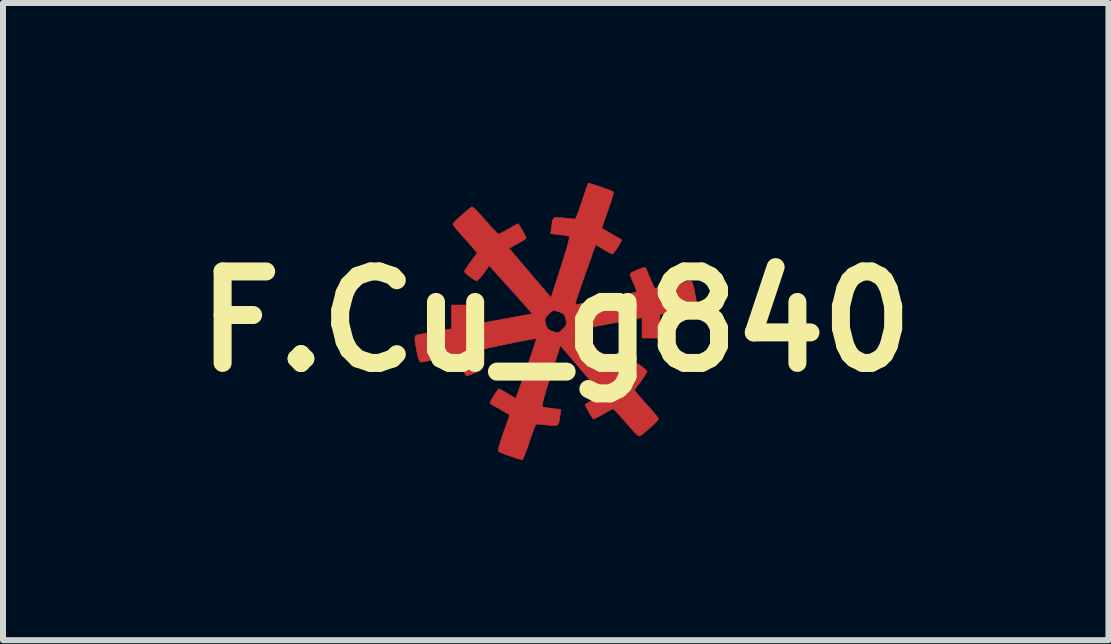
<source format=kicad_pcb>
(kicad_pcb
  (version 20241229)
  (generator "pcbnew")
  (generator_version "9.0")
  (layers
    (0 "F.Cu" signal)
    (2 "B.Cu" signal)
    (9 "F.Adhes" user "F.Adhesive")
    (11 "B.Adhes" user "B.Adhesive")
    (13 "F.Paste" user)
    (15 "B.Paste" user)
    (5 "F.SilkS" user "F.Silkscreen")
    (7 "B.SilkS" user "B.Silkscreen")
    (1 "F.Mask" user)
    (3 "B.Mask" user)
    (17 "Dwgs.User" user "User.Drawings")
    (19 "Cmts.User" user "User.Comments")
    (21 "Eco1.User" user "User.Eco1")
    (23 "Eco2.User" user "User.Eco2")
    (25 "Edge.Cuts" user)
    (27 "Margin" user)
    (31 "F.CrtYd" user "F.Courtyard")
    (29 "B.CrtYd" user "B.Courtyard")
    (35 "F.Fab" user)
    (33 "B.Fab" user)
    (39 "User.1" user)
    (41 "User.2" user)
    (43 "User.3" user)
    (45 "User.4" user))
  (footprint "F.Cu_g840"
    (layer "F.Cu")
    (at 6.212 2.309)
    (property "Reference" "F.Cu_g840" (at 0 0 0) (layer "F.SilkS") (effects (font (size 1.524 1.524) (thickness 0.3))))
    (attr through_hole)
    (fp_poly (pts (xy 0.563 -2.302) (xy 0.615 -2.288) (xy 0.685 -2.266) (xy 0.764 -2.239) (xy 0.842 -2.211) (xy 0.908 -2.186) (xy 0.951 -2.167) (xy 0.963 -2.159) (xy 0.96 -2.134) (xy 0.945 -2.077) (xy 0.919 -1.995) (xy 0.885 -1.895) (xy 0.869 -1.849) (xy 0.832 -1.746) (xy 0.802 -1.659) (xy 0.78 -1.594) (xy 0.769 -1.559) (xy 0.768 -1.554) (xy 0.787 -1.543) (xy 0.834 -1.516) (xy 0.901 -1.478) (xy 0.931 -1.46) (xy 1.004 -1.419) (xy 1.061 -1.386) (xy 1.093 -1.366) (xy 1.097 -1.364) (xy 1.093 -1.343) (xy 1.07 -1.299) (xy 1.037 -1.245) (xy 1 -1.19) (xy 0.967 -1.146) (xy 0.945 -1.124) (xy 0.942 -1.123) (xy 0.915 -1.135) (xy 0.863 -1.163) (xy 0.797 -1.202) (xy 0.794 -1.205) (xy 0.667 -1.284) (xy 0.491 -0.788) (xy 0.443 -0.652) (xy 0.4 -0.529) (xy 0.366 -0.425) (xy 0.341 -0.346) (xy 0.326 -0.296) (xy 0.324 -0.282) (xy 0.346 -0.284) (xy 0.403 -0.294) (xy 0.487 -0.31) (xy 0.591 -0.33) (xy 0.71 -0.354) (xy 0.835 -0.38) (xy 0.961 -0.406) (xy 1.079 -0.432) (xy 1.185 -0.455) (xy 1.269 -0.474) (xy 1.326 -0.488) (xy 1.349 -0.495) (xy 1.345 -0.517) (xy 1.328 -0.565) (xy 1.311 -0.606) (xy 1.272 -0.694) (xy 1.25 -0.752) (xy 1.244 -0.788) (xy 1.255 -0.81) (xy 1.283 -0.827) (xy 1.322 -0.844) (xy 1.405 -0.88) (xy 1.458 -0.898) (xy 1.489 -0.9) (xy 1.506 -0.886) (xy 1.514 -0.865) (xy 1.531 -0.821) (xy 1.558 -0.754) (xy 1.588 -0.686) (xy 1.647 -0.554) (xy 1.93 -0.615) (xy 2.036 -0.638) (xy 2.129 -0.656) (xy 2.201 -0.67) (xy 2.241 -0.676) (xy 2.246 -0.677) (xy 2.265 -0.666) (xy 2.283 -0.629) (xy 2.302 -0.561) (xy 2.314 -0.499) (xy 2.335 -0.389) (xy 2.346 -0.314) (xy 2.347 -0.266) (xy 2.339 -0.24) (xy 2.323 -0.227) (xy 2.293 -0.22) (xy 2.23 -0.208) (xy 2.143 -0.191) (xy 2.04 -0.173) (xy 2.016 -0.169) (xy 1.736 -0.12) (xy 1.736 0.275) (xy 1.439 0.275) (xy 1.439 -0.067) (xy 1.381 -0.054) (xy 1.336 -0.045) (xy 1.26 -0.031) (xy 1.162 -0.012) (xy 1.047 0.009) (xy 0.924 0.032) (xy 0.798 0.055) (xy 0.679 0.077) (xy 0.571 0.096) (xy 0.484 0.112) (xy 0.423 0.123) (xy 0.397 0.127) (xy 0.396 0.127) (xy 0.406 0.142) (xy 0.44 0.184) (xy 0.495 0.249) (xy 0.569 0.333) (xy 0.657 0.431) (xy 0.744 0.528) (xy 1.108 0.93) (xy 1.202 0.803) (xy 1.249 0.742) (xy 1.289 0.698) (xy 1.314 0.678) (xy 1.315 0.677) (xy 1.344 0.689) (xy 1.391 0.719) (xy 1.444 0.758) (xy 1.491 0.797) (xy 1.519 0.826) (xy 1.523 0.833) (xy 1.512 0.858) (xy 1.48 0.907) (xy 1.435 0.972) (xy 1.416 0.998) (xy 1.308 1.143) (xy 1.369 1.216) (xy 1.41 1.264) (xy 1.469 1.331) (xy 1.538 1.408) (xy 1.572 1.445) (xy 1.632 1.514) (xy 1.68 1.572) (xy 1.709 1.612) (xy 1.714 1.624) (xy 1.699 1.646) (xy 1.659 1.688) (xy 1.602 1.742) (xy 1.534 1.803) (xy 1.464 1.862) (xy 1.415 1.901) (xy 1.398 1.908) (xy 1.377 1.902) (xy 1.347 1.878) (xy 1.302 1.833) (xy 1.239 1.762) (xy 1.175 1.689) (xy 1.102 1.605) (xy 1.039 1.535) (xy 0.99 1.484) (xy 0.961 1.457) (xy 0.955 1.454) (xy 0.931 1.465) (xy 0.88 1.493) (xy 0.811 1.531) (xy 0.786 1.545) (xy 0.715 1.584) (xy 0.659 1.613) (xy 0.628 1.626) (xy 0.625 1.626) (xy 0.61 1.604) (xy 0.582 1.558) (xy 0.549 1.501) (xy 0.518 1.446) (xy 0.495 1.403) (xy 0.487 1.387) (xy 0.504 1.374) (xy 0.55 1.346) (xy 0.615 1.31) (xy 0.633 1.3) (xy 0.778 1.221) (xy 0.428 0.81) (xy 0.078 0.399) (xy -0.085 0.903) (xy -0.142 1.086) (xy -0.185 1.229) (xy -0.213 1.332) (xy -0.226 1.396) (xy -0.224 1.421) (xy -0.193 1.43) (xy -0.132 1.44) (xy -0.058 1.449) (xy 0.085 1.464) (xy 0.073 1.552) (xy 0.061 1.642) (xy 0.049 1.697) (xy 0.028 1.726) (xy -0.011 1.735) (xy -0.075 1.731) (xy -0.133 1.726) (xy -0.216 1.719) (xy -0.282 1.712) (xy -0.32 1.708) (xy -0.325 1.707) (xy -0.337 1.725) (xy -0.359 1.777) (xy -0.388 1.855) (xy -0.422 1.952) (xy -0.44 2.006) (xy -0.475 2.111) (xy -0.508 2.2) (xy -0.535 2.265) (xy -0.554 2.301) (xy -0.559 2.306) (xy -0.589 2.298) (xy -0.647 2.28) (xy -0.724 2.255) (xy -0.761 2.242) (xy -0.843 2.213) (xy -0.909 2.186) (xy -0.95 2.167) (xy -0.957 2.163) (xy -0.957 2.137) (xy -0.943 2.08) (xy -0.919 1.998) (xy -0.887 1.899) (xy -0.87 1.851) (xy -0.833 1.748) (xy -0.802 1.66) (xy -0.78 1.595) (xy -0.769 1.559) (xy -0.768 1.554) (xy -0.787 1.543) (xy -0.834 1.516) (xy -0.901 1.478) (xy -0.931 1.46) (xy -1.004 1.419) (xy -1.061 1.386) (xy -1.093 1.366) (xy -1.097 1.364) (xy -1.092 1.344) (xy -1.07 1.3) (xy -1.037 1.245) (xy -1.002 1.189) (xy -0.97 1.145) (xy -0.95 1.123) (xy -0.948 1.122) (xy -0.923 1.132) (xy -0.873 1.159) (xy -0.808 1.198) (xy -0.799 1.203) (xy -0.666 1.284) (xy -0.49 0.789) (xy -0.442 0.652) (xy -0.4 0.53) (xy -0.365 0.426) (xy -0.34 0.346) (xy -0.326 0.297) (xy -0.324 0.283) (xy -0.346 0.285) (xy -0.402 0.294) (xy -0.486 0.31) (xy -0.591 0.33) (xy -0.71 0.354) (xy -0.835 0.38) (xy -0.961 0.406) (xy -1.08 0.432) (xy -1.185 0.455) (xy -1.269 0.474) (xy -1.326 0.488) (xy -1.349 0.495) (xy -1.345 0.517) (xy -1.328 0.565) (xy -1.311 0.606) (xy -1.272 0.694) (xy -1.25 0.752) (xy -1.244 0.788) (xy -1.255 0.81) (xy -1.283 0.827) (xy -1.322 0.844) (xy -1.405 0.88) (xy -1.458 0.898) (xy -1.489 0.9) (xy -1.506 0.886) (xy -1.514 0.865) (xy -1.531 0.821) (xy -1.558 0.754) (xy -1.588 0.686) (xy -1.647 0.554) (xy -1.93 0.615) (xy -2.036 0.638) (xy -2.129 0.656) (xy -2.201 0.67) (xy -2.241 0.676) (xy -2.246 0.677) (xy -2.265 0.666) (xy -2.283 0.629) (xy -2.302 0.561) (xy -2.314 0.499) (xy -2.335 0.389) (xy -2.346 0.314) (xy -2.347 0.266) (xy -2.339 0.24) (xy -2.323 0.227) (xy -2.293 0.22) (xy -2.23 0.208) (xy -2.143 0.191) (xy -2.04 0.173) (xy -2.016 0.169) (xy -1.736 0.12) (xy -1.736 -0.275) (xy -1.439 -0.275) (xy -1.439 0.067) (xy -1.381 0.055) (xy -1.341 0.047) (xy -1.269 0.033) (xy -1.173 0.015) (xy -1.06 -0.006) (xy -0.938 -0.028) (xy -0.891 -0.037) (xy -0.179 -0.037) (xy -0.176 0.008) (xy -0.156 0.082) (xy -0.126 0.127) (xy -0.075 0.156) (xy -0.06 0.162) (xy 0.003 0.182) (xy 0.045 0.183) (xy 0.082 0.161) (xy 0.122 0.122) (xy 0.163 0.075) (xy 0.178 0.037) (xy 0.174 -0.011) (xy 0.17 -0.029) (xy 0.153 -0.09) (xy 0.13 -0.127) (xy 0.087 -0.151) (xy 0.035 -0.169) (xy -0.017 -0.183) (xy -0.052 -0.179) (xy -0.088 -0.153) (xy -0.117 -0.126) (xy -0.162 -0.077) (xy -0.179 -0.037) (xy -0.891 -0.037) (xy -0.813 -0.051) (xy -0.692 -0.074) (xy -0.582 -0.093) (xy -0.492 -0.11) (xy -0.426 -0.121) (xy -0.394 -0.127) (xy -0.391 -0.127) (xy -0.402 -0.142) (xy -0.437 -0.184) (xy -0.494 -0.249) (xy -0.568 -0.333) (xy -0.657 -0.432) (xy -0.744 -0.529) (xy -1.107 -0.931) (xy -1.201 -0.804) (xy -1.249 -0.743) (xy -1.289 -0.698) (xy -1.314 -0.678) (xy -1.315 -0.677) (xy -1.344 -0.689) (xy -1.391 -0.719) (xy -1.444 -0.758) (xy -1.491 -0.797) (xy -1.519 -0.826) (xy -1.523 -0.833) (xy -1.512 -0.858) (xy -1.48 -0.907) (xy -1.435 -0.972) (xy -1.416 -0.998) (xy -1.308 -1.143) (xy -1.369 -1.216) (xy -1.41 -1.264) (xy -1.469 -1.331) (xy -1.538 -1.408) (xy -1.572 -1.445) (xy -1.632 -1.514) (xy -1.68 -1.572) (xy -1.709 -1.612) (xy -1.714 -1.624) (xy -1.699 -1.646) (xy -1.659 -1.688) (xy -1.602 -1.742) (xy -1.534 -1.803) (xy -1.464 -1.862) (xy -1.415 -1.901) (xy -1.398 -1.908) (xy -1.377 -1.902) (xy -1.347 -1.878) (xy -1.302 -1.833) (xy -1.239 -1.762) (xy -1.175 -1.689) (xy -1.102 -1.606) (xy -1.037 -1.536) (xy -0.986 -1.485) (xy -0.954 -1.459) (xy -0.947 -1.456) (xy -0.919 -1.47) (xy -0.865 -1.499) (xy -0.796 -1.538) (xy -0.781 -1.546) (xy -0.712 -1.586) (xy -0.658 -1.615) (xy -0.629 -1.629) (xy -0.626 -1.63) (xy -0.612 -1.613) (xy -0.585 -1.569) (xy -0.551 -1.509) (xy -0.516 -1.445) (xy -0.491 -1.394) (xy -0.505 -1.378) (xy -0.548 -1.348) (xy -0.612 -1.31) (xy -0.631 -1.3) (xy -0.777 -1.22) (xy -0.428 -0.809) (xy -0.078 -0.399) (xy 0.085 -0.903) (xy 0.142 -1.086) (xy 0.185 -1.229) (xy 0.213 -1.332) (xy 0.226 -1.396) (xy 0.224 -1.421) (xy 0.193 -1.43) (xy 0.132 -1.44) (xy 0.058 -1.449) (xy -0.085 -1.464) (xy -0.073 -1.552) (xy -0.061 -1.642) (xy -0.049 -1.697) (xy -0.028 -1.726) (xy 0.011 -1.735) (xy 0.075 -1.731) (xy 0.133 -1.726) (xy 0.216 -1.719) (xy 0.281 -1.712) (xy 0.319 -1.708) (xy 0.323 -1.707) (xy 0.335 -1.725) (xy 0.357 -1.776) (xy 0.387 -1.854) (xy 0.421 -1.951) (xy 0.437 -2) (xy 0.472 -2.105) (xy 0.502 -2.195) (xy 0.525 -2.262) (xy 0.539 -2.299) (xy 0.541 -2.304) (xy 0.563 -2.302)) (stroke (width 0.01) (type solid)) (fill yes) (layer "F.Cu")))
  (gr_rect
    (start -3 -3)
    (end 15.424 7.62)
    (stroke (width 0.1) (type default))
    (fill no)
    (layer "Edge.Cuts")))
</source>
